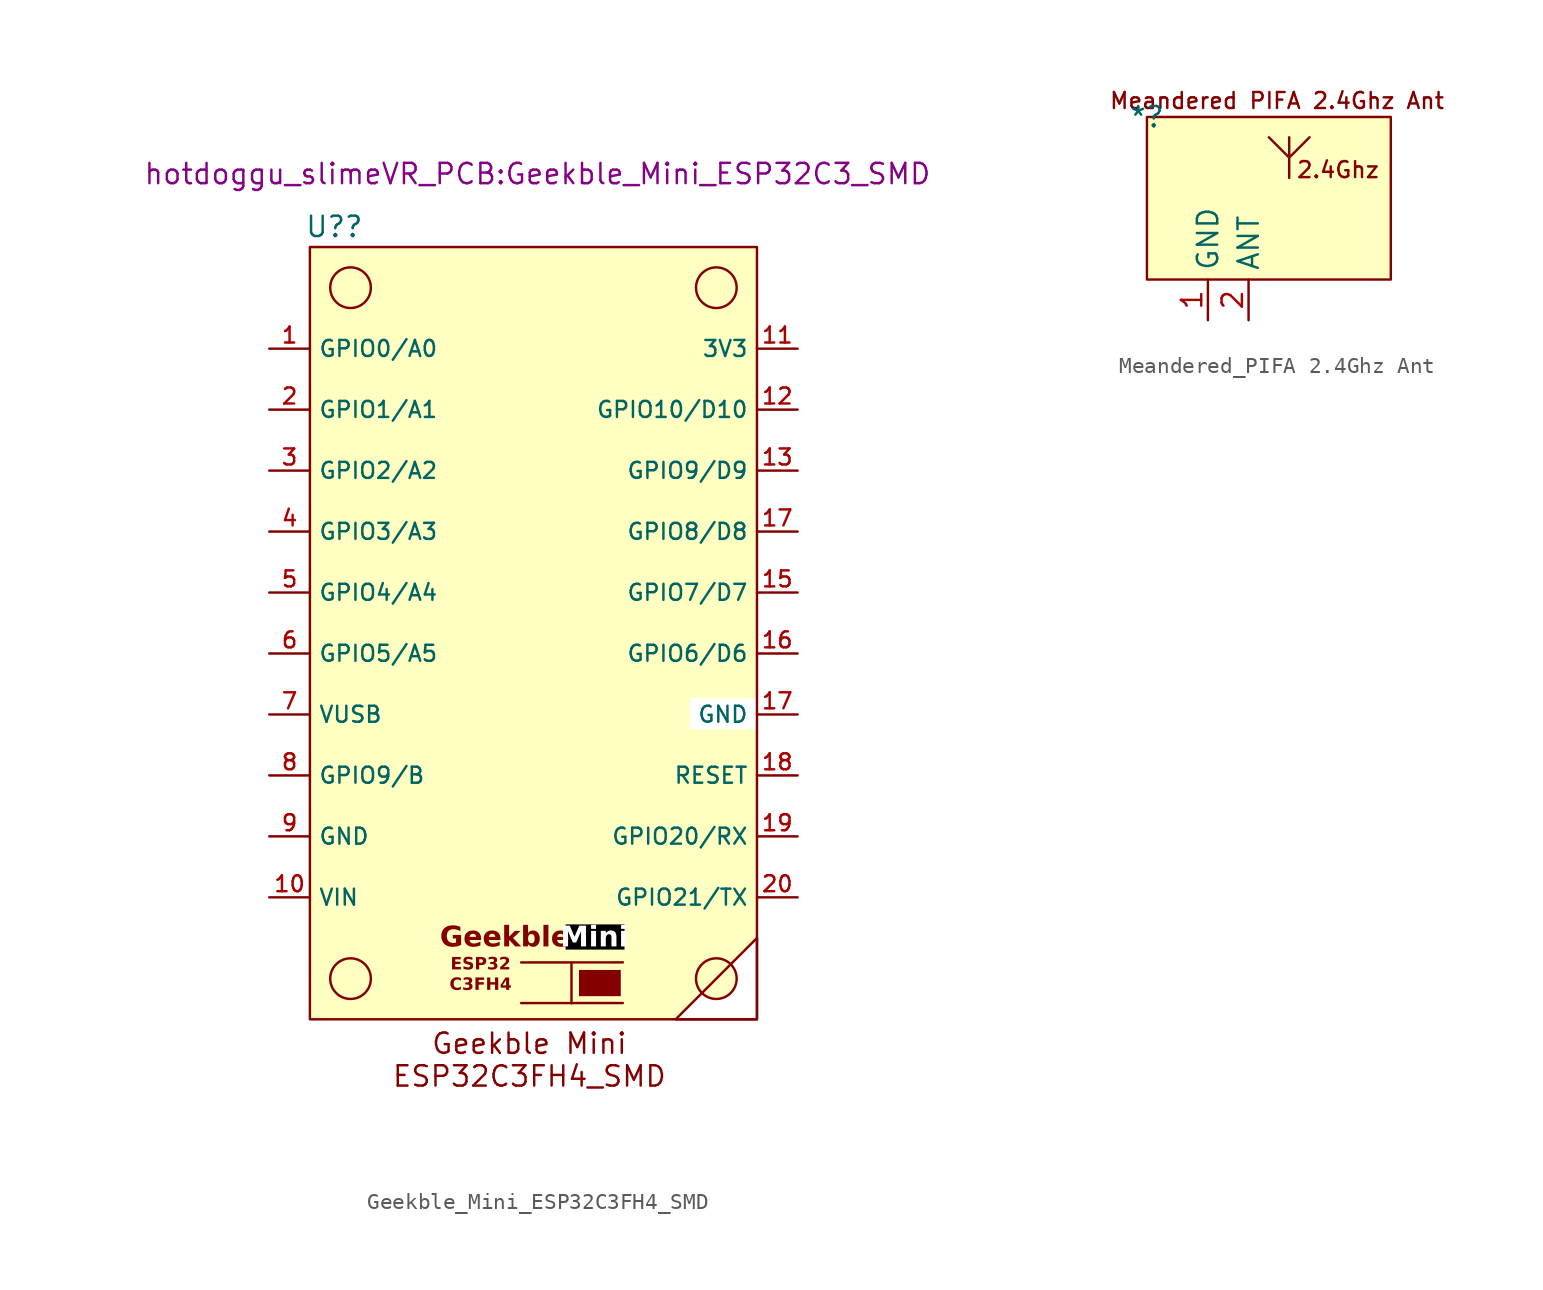
<source format=kicad_sym>
(kicad_symbol_lib
  (version 20241209)
  (generator "kicad_symbol_editor")
  (generator_version "9.0")
  (symbol "Geekble_Mini_ESP32C3FH4_SMD"
    (property "Reference" "U?"
      (at -8.636 17.78 0)
      (do_not_autoplace)
      (effects (font (size 1.27 1.27))))
    (property "Value" ""
      (at -3.81 13.97 0)
      (effects (font (size 1.27 1.27))))
    (property "Footprint" "hotdoggu_slimeVR_PCB:Geekble_Mini_ESP32C3_SMD"
      (at 4.064 21.082 0)
      (effects (font (size 1.27 1.27))))
    (symbol "Geekble_Mini_ESP32C3FH4_SMD_1_0"
      (pin bidirectional line (at -12.7 10.16 0) (length 2.54) (name "GPIO0/A0" (effects (font (size 1 1)))) (number "1" (effects (font (size 1 1))))))
    (symbol "Geekble_Mini_ESP32C3FH4_SMD_1_1"
      (rectangle (start -10.21 -19.268) (end -6.002 -21.22) (stroke (width -0.0001) (type solid)) (fill (type color) (color 255 255 255 1)))
      (rectangle (start -10.16 16.51) (end 17.78 -31.75) (stroke (width 0) (type default)) (fill (type background)))
      (circle (center -7.62 13.97) (radius 1.27) (stroke (width 0) (type default)) (fill (type none)))
      (circle (center -7.62 -29.21) (radius 1.27) (stroke (width 0) (type default)) (fill (type none)))
      (rectangle (start 5.82 -25.821) (end 9.503 -27.395) (stroke (width -0.0001) (type solid)) (fill (type color) (color 0 0 0 1)))
      (polyline (pts (xy 6.188 -28.209) (xy 6.188 -30.749)) (stroke (width 0) (type default)) (fill (type none)))
      (rectangle (start 6.657 -28.667) (end 9.268 -30.307) (stroke (width -0.0001) (type solid)) (fill (type outline)))
      (polyline (pts (xy 9.398 -28.194) (xy 3.041 -28.198)) (stroke (width 0) (type default)) (fill (type none)))
      (polyline (pts (xy 9.398 -30.734) (xy 3.041 -30.738)) (stroke (width 0) (type default)) (fill (type none)))
      (polyline (pts (xy 12.7 -31.75) (xy 17.78 -26.67) (xy 17.78 -31.75) (xy 12.7 -31.75)) (stroke (width 0) (type solid)) (fill (type color) (color 255 255 255 1)))
      (rectangle (start 13.577 -11.675) (end 17.786 -13.627) (stroke (width -0.0001) (type solid)) (fill (type color) (color 255 255 255 1)))
      (circle (center 15.24 13.97) (radius 1.27) (stroke (width 0) (type default)) (fill (type none)))
      (circle (center 15.24 -29.21) (radius 1.27) (stroke (width 0) (type solid)) (fill (type background)))
      (text "ESP32\nC3FH4" (at 0.508 -28.956 0) (effects (font (face "Arial") (size 0.762 0.762) (bold yes))))
      (text "Geekble" (at 2.032 -26.67 0) (effects (font (face "Arial") (size 1.27 1.27) (bold yes))))
      (text "Geekble Mini\nESP32C3FH4_SMD\n" (at 3.556 -34.29 0) (effects (font (size 1.27 1.27))))
      (text "Mini" (at 7.62 -26.67 0) (effects (font (face "Arial") (size 1.27 1.27) (bold yes) (color 255 255 255 1))))
      (pin bidirectional line (at -12.7 6.35 0) (length 2.54) (name "GPIO1/A1" (effects (font (size 1 1)))) (number "2" (effects (font (size 1 1)))))
      (pin bidirectional line (at -12.7 2.54 0) (length 2.54) (name "GPIO2/A2" (effects (font (size 1 1)))) (number "3" (effects (font (size 1 1)))))
      (pin bidirectional line (at -12.7 -1.27 0) (length 2.54) (name "GPIO3/A3" (effects (font (size 1 1)))) (number "4" (effects (font (size 1 1)))))
      (pin bidirectional line (at -12.7 -5.08 0) (length 2.54) (name "GPIO4/A4" (effects (font (size 1 1)))) (number "5" (effects (font (size 1 1)))))
      (pin bidirectional line (at -12.7 -8.89 0) (length 2.54) (name "GPIO5/A5" (effects (font (size 1 1)))) (number "6" (effects (font (size 1 1)))))
      (pin output line (at -12.7 -12.7 0) (length 2.54) (name "VUSB" (effects (font (size 1 1)))) (number "7" (effects (font (size 1 1)))))
      (pin bidirectional line (at -12.7 -16.51 0) (length 2.54) (name "GPIO9/B" (effects (font (size 1 1)))) (number "8" (effects (font (size 1 1)))))
      (pin passive line (at -12.7 -20.32 0) (length 2.54) (name "GND" (effects (font (size 1 1)))) (number "9" (effects (font (size 1 1)))))
      (pin power_in line (at -12.7 -24.13 0) (length 2.54) (name "VIN" (effects (font (size 1 1)))) (number "10" (effects (font (size 1 1)))))
      (pin power_out line (at 20.32 10.16 180) (length 2.54) (name "3V3" (effects (font (size 1 1)))) (number "11" (effects (font (size 1 1)))))
      (pin bidirectional line (at 20.32 6.35 180) (length 2.54) (name "GPIO10/D10" (effects (font (size 1 1)))) (number "12" (effects (font (size 1 1)))))
      (pin bidirectional line (at 20.32 2.54 180) (length 2.54) (name "GPIO9/D9" (effects (font (size 1 1)))) (number "13" (effects (font (size 1 1)))))
      (pin output line (at 20.32 -1.27 180) (length 2.54) (name "GPIO8/D8" (effects (font (size 1 1)))) (number "17" (effects (font (size 1 1)))))
      (pin bidirectional line (at 20.32 -5.08 180) (length 2.54) (name "GPIO7/D7" (effects (font (size 1 1)))) (number "15" (effects (font (size 1 1)))))
      (pin bidirectional line (at 20.32 -8.89 180) (length 2.54) (name "GPIO6/D6" (effects (font (size 1 1)))) (number "16" (effects (font (size 1 1)))))
      (pin passive line (at 20.32 -12.7 180) (length 2.54) (name "GND" (effects (font (size 1 1)))) (number "17" (effects (font (size 1 1)))))
      (pin input line (at 20.32 -16.51 180) (length 2.54) (name "RESET" (effects (font (size 1 1)))) (number "18" (effects (font (size 1 1)))))
      (pin bidirectional line (at 20.32 -20.32 180) (length 2.54) (name "GPIO20/RX" (effects (font (size 1 1)))) (number "19" (effects (font (size 1 1)))))
      (pin bidirectional line (at 20.32 -24.13 180) (length 2.54) (name "GPIO21/TX" (effects (font (size 1 1)))) (number "20" (effects (font (size 1 1)))))))
  (symbol "Meandered_PIFA 2.4Ghz Ant"
    (property "Reference" "*"
      (at 0 0 0)
      (effects (font (size 1.27 1.27))))
    (property "Value" ""
      (at 0 0 0)
      (effects (font (size 1.27 1.27))))
    (symbol "Meandered_PIFA 2.4Ghz Ant_1_1"
      (rectangle (start 0 0) (end 15.24 -10.16) (stroke (width 0) (type default)) (fill (type background)))
      (polyline (pts (xy 8.89 -2.54) (xy 8.89 -3.81) (xy 8.89 -2.54) (xy 7.62 -1.27) (xy 8.89 -2.54) (xy 8.89 -1.27) (xy 8.89 -2.54) (xy 10.16 -1.27)) (stroke (width 0) (type default)) (fill (type none)))
      (text "Meandered PIFA 2.4Ghz Ant" (at 8.128 1.016 0) (effects (font (size 1 1))))
      (text "2.4Ghz" (at 11.938 -3.302 0) (effects (font (size 1 1))))
      (pin input line (at 3.81 -12.7 90) (length 2.54) (name "GND" (effects (font (size 1.27 1.27)))) (number "1" (effects (font (size 1.27 1.27)))))
      (pin passive line (at 6.35 -12.7 90) (length 2.54) (name "ANT" (effects (font (size 1.27 1.27)))) (number "2" (effects (font (size 1.27 1.27))))))))
</source>
